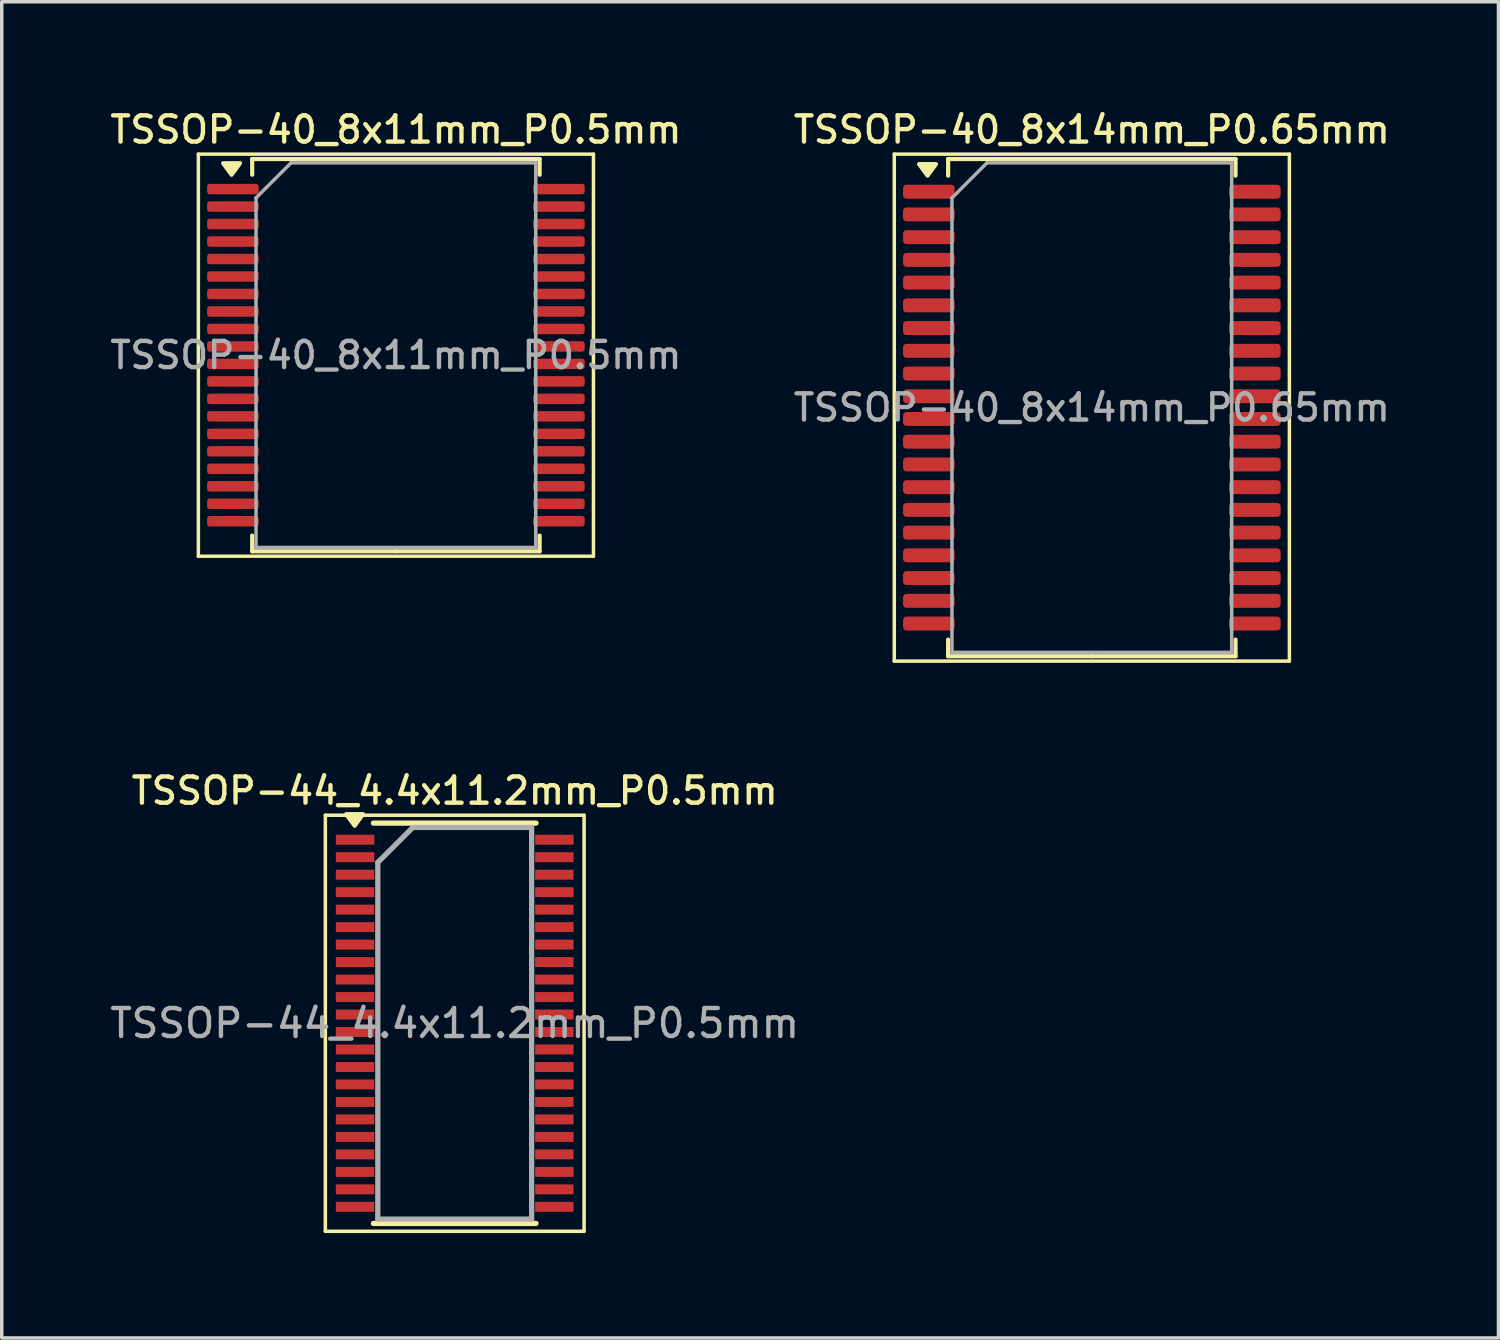
<source format=kicad_pcb>
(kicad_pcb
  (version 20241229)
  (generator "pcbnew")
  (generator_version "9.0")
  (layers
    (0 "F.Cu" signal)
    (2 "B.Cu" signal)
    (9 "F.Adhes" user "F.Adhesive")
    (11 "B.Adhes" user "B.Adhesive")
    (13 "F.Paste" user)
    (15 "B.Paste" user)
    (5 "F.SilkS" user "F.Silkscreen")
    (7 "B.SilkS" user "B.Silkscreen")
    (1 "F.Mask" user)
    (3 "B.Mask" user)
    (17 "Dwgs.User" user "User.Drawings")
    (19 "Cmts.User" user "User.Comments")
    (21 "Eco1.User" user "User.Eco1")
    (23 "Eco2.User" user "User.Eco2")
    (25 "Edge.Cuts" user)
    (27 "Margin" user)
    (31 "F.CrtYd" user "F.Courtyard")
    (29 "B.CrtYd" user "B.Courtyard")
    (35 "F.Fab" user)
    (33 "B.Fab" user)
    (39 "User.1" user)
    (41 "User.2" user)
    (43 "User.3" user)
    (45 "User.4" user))
  (footprint "TSSOP-40_8x14mm_P0.65mm"
    (layer "F.Cu")
    (at 28.177 8.608)
    (property "Reference" "TSSOP-40_8x14mm_P0.65mm" (at 0 -7.95 0) (layer "F.SilkS") (effects (font (size 0.75 0.75) (thickness 0.125))))
    (attr smd)
    (fp_line (start -5.65 -7.25) (end -5.65 7.25) (stroke (width 0.1) (type solid)) (layer "F.SilkS"))
    (fp_line (start -5.65 7.25) (end 5.65 7.25) (stroke (width 0.1) (type solid)) (layer "F.SilkS"))
    (fp_line (start -4.11 -7.11) (end -4.11 -6.635) (stroke (width 0.12) (type solid)) (layer "F.SilkS"))
    (fp_line (start -4.11 7.11) (end -4.11 6.635) (stroke (width 0.12) (type solid)) (layer "F.SilkS"))
    (fp_line (start 0 -7.11) (end -4.11 -7.11) (stroke (width 0.12) (type solid)) (layer "F.SilkS"))
    (fp_line (start 0 -7.11) (end 4.11 -7.11) (stroke (width 0.12) (type solid)) (layer "F.SilkS"))
    (fp_line (start 0 7.11) (end -4.11 7.11) (stroke (width 0.12) (type solid)) (layer "F.SilkS"))
    (fp_line (start 0 7.11) (end 4.11 7.11) (stroke (width 0.12) (type solid)) (layer "F.SilkS"))
    (fp_line (start 4.11 -7.11) (end 4.11 -6.635) (stroke (width 0.12) (type solid)) (layer "F.SilkS"))
    (fp_line (start 4.11 7.11) (end 4.11 6.635) (stroke (width 0.12) (type solid)) (layer "F.SilkS"))
    (fp_line (start 5.65 -7.25) (end -5.65 -7.25) (stroke (width 0.1) (type solid)) (layer "F.SilkS"))
    (fp_line (start 5.65 7.25) (end 5.65 -7.25) (stroke (width 0.1) (type solid)) (layer "F.SilkS"))
    (fp_poly (pts (xy -4.7 -6.635) (xy -4.94 -6.965) (xy -4.46 -6.965) (xy -4.7 -6.635)) (stroke (width 0.12) (type solid)) (fill yes) (layer "F.SilkS"))
    (fp_line (start -4 -6) (end -3 -7) (stroke (width 0.1) (type solid)) (layer "F.Fab"))
    (fp_line (start -4 7) (end -4 -6) (stroke (width 0.1) (type solid)) (layer "F.Fab"))
    (fp_line (start -3 -7) (end 4 -7) (stroke (width 0.1) (type solid)) (layer "F.Fab"))
    (fp_line (start 4 -7) (end 4 7) (stroke (width 0.1) (type solid)) (layer "F.Fab"))
    (fp_line (start 4 7) (end -4 7) (stroke (width 0.1) (type solid)) (layer "F.Fab"))
    (fp_text user "${REFERENCE}" (at 0 0 0) (layer "F.Fab") (effects (font (size 0.75 0.75) (thickness 0.125))))
    (pad "1" smd roundrect (at -4.662 -6.175) (size 1.475 0.4) (layers "F.Cu" "F.Mask" "F.Paste") (roundrect_rratio 0.25))
    (pad "2" smd roundrect (at -4.662 -5.525) (size 1.475 0.4) (layers "F.Cu" "F.Mask" "F.Paste") (roundrect_rratio 0.25))
    (pad "3" smd roundrect (at -4.662 -4.875) (size 1.475 0.4) (layers "F.Cu" "F.Mask" "F.Paste") (roundrect_rratio 0.25))
    (pad "4" smd roundrect (at -4.662 -4.225) (size 1.475 0.4) (layers "F.Cu" "F.Mask" "F.Paste") (roundrect_rratio 0.25))
    (pad "5" smd roundrect (at -4.662 -3.575) (size 1.475 0.4) (layers "F.Cu" "F.Mask" "F.Paste") (roundrect_rratio 0.25))
    (pad "6" smd roundrect (at -4.662 -2.925) (size 1.475 0.4) (layers "F.Cu" "F.Mask" "F.Paste") (roundrect_rratio 0.25))
    (pad "7" smd roundrect (at -4.662 -2.275) (size 1.475 0.4) (layers "F.Cu" "F.Mask" "F.Paste") (roundrect_rratio 0.25))
    (pad "8" smd roundrect (at -4.662 -1.625) (size 1.475 0.4) (layers "F.Cu" "F.Mask" "F.Paste") (roundrect_rratio 0.25))
    (pad "9" smd roundrect (at -4.662 -0.975) (size 1.475 0.4) (layers "F.Cu" "F.Mask" "F.Paste") (roundrect_rratio 0.25))
    (pad "10" smd roundrect (at -4.662 -0.325) (size 1.475 0.4) (layers "F.Cu" "F.Mask" "F.Paste") (roundrect_rratio 0.25))
    (pad "11" smd roundrect (at -4.662 0.325) (size 1.475 0.4) (layers "F.Cu" "F.Mask" "F.Paste") (roundrect_rratio 0.25))
    (pad "12" smd roundrect (at -4.662 0.975) (size 1.475 0.4) (layers "F.Cu" "F.Mask" "F.Paste") (roundrect_rratio 0.25))
    (pad "13" smd roundrect (at -4.662 1.625) (size 1.475 0.4) (layers "F.Cu" "F.Mask" "F.Paste") (roundrect_rratio 0.25))
    (pad "14" smd roundrect (at -4.662 2.275) (size 1.475 0.4) (layers "F.Cu" "F.Mask" "F.Paste") (roundrect_rratio 0.25))
    (pad "15" smd roundrect (at -4.662 2.925) (size 1.475 0.4) (layers "F.Cu" "F.Mask" "F.Paste") (roundrect_rratio 0.25))
    (pad "16" smd roundrect (at -4.662 3.575) (size 1.475 0.4) (layers "F.Cu" "F.Mask" "F.Paste") (roundrect_rratio 0.25))
    (pad "17" smd roundrect (at -4.662 4.225) (size 1.475 0.4) (layers "F.Cu" "F.Mask" "F.Paste") (roundrect_rratio 0.25))
    (pad "18" smd roundrect (at -4.662 4.875) (size 1.475 0.4) (layers "F.Cu" "F.Mask" "F.Paste") (roundrect_rratio 0.25))
    (pad "19" smd roundrect (at -4.662 5.525) (size 1.475 0.4) (layers "F.Cu" "F.Mask" "F.Paste") (roundrect_rratio 0.25))
    (pad "20" smd roundrect (at -4.662 6.175) (size 1.475 0.4) (layers "F.Cu" "F.Mask" "F.Paste") (roundrect_rratio 0.25))
    (pad "21" smd roundrect (at 4.662 6.175) (size 1.475 0.4) (layers "F.Cu" "F.Mask" "F.Paste") (roundrect_rratio 0.25))
    (pad "22" smd roundrect (at 4.662 5.525) (size 1.475 0.4) (layers "F.Cu" "F.Mask" "F.Paste") (roundrect_rratio 0.25))
    (pad "23" smd roundrect (at 4.662 4.875) (size 1.475 0.4) (layers "F.Cu" "F.Mask" "F.Paste") (roundrect_rratio 0.25))
    (pad "24" smd roundrect (at 4.662 4.225) (size 1.475 0.4) (layers "F.Cu" "F.Mask" "F.Paste") (roundrect_rratio 0.25))
    (pad "25" smd roundrect (at 4.662 3.575) (size 1.475 0.4) (layers "F.Cu" "F.Mask" "F.Paste") (roundrect_rratio 0.25))
    (pad "26" smd roundrect (at 4.662 2.925) (size 1.475 0.4) (layers "F.Cu" "F.Mask" "F.Paste") (roundrect_rratio 0.25))
    (pad "27" smd roundrect (at 4.662 2.275) (size 1.475 0.4) (layers "F.Cu" "F.Mask" "F.Paste") (roundrect_rratio 0.25))
    (pad "28" smd roundrect (at 4.662 1.625) (size 1.475 0.4) (layers "F.Cu" "F.Mask" "F.Paste") (roundrect_rratio 0.25))
    (pad "29" smd roundrect (at 4.662 0.975) (size 1.475 0.4) (layers "F.Cu" "F.Mask" "F.Paste") (roundrect_rratio 0.25))
    (pad "30" smd roundrect (at 4.662 0.325) (size 1.475 0.4) (layers "F.Cu" "F.Mask" "F.Paste") (roundrect_rratio 0.25))
    (pad "31" smd roundrect (at 4.662 -0.325) (size 1.475 0.4) (layers "F.Cu" "F.Mask" "F.Paste") (roundrect_rratio 0.25))
    (pad "32" smd roundrect (at 4.662 -0.975) (size 1.475 0.4) (layers "F.Cu" "F.Mask" "F.Paste") (roundrect_rratio 0.25))
    (pad "33" smd roundrect (at 4.662 -1.625) (size 1.475 0.4) (layers "F.Cu" "F.Mask" "F.Paste") (roundrect_rratio 0.25))
    (pad "34" smd roundrect (at 4.662 -2.275) (size 1.475 0.4) (layers "F.Cu" "F.Mask" "F.Paste") (roundrect_rratio 0.25))
    (pad "35" smd roundrect (at 4.662 -2.925) (size 1.475 0.4) (layers "F.Cu" "F.Mask" "F.Paste") (roundrect_rratio 0.25))
    (pad "36" smd roundrect (at 4.662 -3.575) (size 1.475 0.4) (layers "F.Cu" "F.Mask" "F.Paste") (roundrect_rratio 0.25))
    (pad "37" smd roundrect (at 4.662 -4.225) (size 1.475 0.4) (layers "F.Cu" "F.Mask" "F.Paste") (roundrect_rratio 0.25))
    (pad "38" smd roundrect (at 4.662 -4.875) (size 1.475 0.4) (layers "F.Cu" "F.Mask" "F.Paste") (roundrect_rratio 0.25))
    (pad "39" smd roundrect (at 4.662 -5.525) (size 1.475 0.4) (layers "F.Cu" "F.Mask" "F.Paste") (roundrect_rratio 0.25))
    (pad "40" smd roundrect (at 4.662 -6.175) (size 1.475 0.4) (layers "F.Cu" "F.Mask" "F.Paste") (roundrect_rratio 0.25)))
  (footprint "TSSOP-40_8x11mm_P0.5mm"
    (layer "F.Cu")
    (at 8.273 7.108)
    (property "Reference" "TSSOP-40_8x11mm_P0.5mm" (at 0 -6.45 0) (layer "F.SilkS") (effects (font (size 0.75 0.75) (thickness 0.125))))
    (attr smd)
    (fp_line (start -5.65 -5.75) (end -5.65 5.75) (stroke (width 0.1) (type solid)) (layer "F.SilkS"))
    (fp_line (start -5.65 5.75) (end 5.65 5.75) (stroke (width 0.1) (type solid)) (layer "F.SilkS"))
    (fp_line (start -4.11 -5.61) (end -4.11 -5.16) (stroke (width 0.12) (type solid)) (layer "F.SilkS"))
    (fp_line (start -4.11 5.61) (end -4.11 5.16) (stroke (width 0.12) (type solid)) (layer "F.SilkS"))
    (fp_line (start 0 -5.61) (end -4.11 -5.61) (stroke (width 0.12) (type solid)) (layer "F.SilkS"))
    (fp_line (start 0 -5.61) (end 4.11 -5.61) (stroke (width 0.12) (type solid)) (layer "F.SilkS"))
    (fp_line (start 0 5.61) (end -4.11 5.61) (stroke (width 0.12) (type solid)) (layer "F.SilkS"))
    (fp_line (start 0 5.61) (end 4.11 5.61) (stroke (width 0.12) (type solid)) (layer "F.SilkS"))
    (fp_line (start 4.11 -5.61) (end 4.11 -5.16) (stroke (width 0.12) (type solid)) (layer "F.SilkS"))
    (fp_line (start 4.11 5.61) (end 4.11 5.16) (stroke (width 0.12) (type solid)) (layer "F.SilkS"))
    (fp_line (start 5.65 -5.75) (end -5.65 -5.75) (stroke (width 0.1) (type solid)) (layer "F.SilkS"))
    (fp_line (start 5.65 5.75) (end 5.65 -5.75) (stroke (width 0.1) (type solid)) (layer "F.SilkS"))
    (fp_poly (pts (xy -4.7 -5.16) (xy -4.94 -5.49) (xy -4.46 -5.49) (xy -4.7 -5.16)) (stroke (width 0.12) (type solid)) (fill yes) (layer "F.SilkS"))
    (fp_line (start -4 -4.5) (end -3 -5.5) (stroke (width 0.1) (type solid)) (layer "F.Fab"))
    (fp_line (start -4 5.5) (end -4 -4.5) (stroke (width 0.1) (type solid)) (layer "F.Fab"))
    (fp_line (start -3 -5.5) (end 4 -5.5) (stroke (width 0.1) (type solid)) (layer "F.Fab"))
    (fp_line (start 4 -5.5) (end 4 5.5) (stroke (width 0.1) (type solid)) (layer "F.Fab"))
    (fp_line (start 4 5.5) (end -4 5.5) (stroke (width 0.1) (type solid)) (layer "F.Fab"))
    (fp_text user "${REFERENCE}" (at 0 0 0) (layer "F.Fab") (effects (font (size 0.75 0.75) (thickness 0.125))))
    (pad "1" smd roundrect (at -4.662 -4.75) (size 1.475 0.3) (layers "F.Cu" "F.Mask" "F.Paste") (roundrect_rratio 0.25))
    (pad "2" smd roundrect (at -4.662 -4.25) (size 1.475 0.3) (layers "F.Cu" "F.Mask" "F.Paste") (roundrect_rratio 0.25))
    (pad "3" smd roundrect (at -4.662 -3.75) (size 1.475 0.3) (layers "F.Cu" "F.Mask" "F.Paste") (roundrect_rratio 0.25))
    (pad "4" smd roundrect (at -4.662 -3.25) (size 1.475 0.3) (layers "F.Cu" "F.Mask" "F.Paste") (roundrect_rratio 0.25))
    (pad "5" smd roundrect (at -4.662 -2.75) (size 1.475 0.3) (layers "F.Cu" "F.Mask" "F.Paste") (roundrect_rratio 0.25))
    (pad "6" smd roundrect (at -4.662 -2.25) (size 1.475 0.3) (layers "F.Cu" "F.Mask" "F.Paste") (roundrect_rratio 0.25))
    (pad "7" smd roundrect (at -4.662 -1.75) (size 1.475 0.3) (layers "F.Cu" "F.Mask" "F.Paste") (roundrect_rratio 0.25))
    (pad "8" smd roundrect (at -4.662 -1.25) (size 1.475 0.3) (layers "F.Cu" "F.Mask" "F.Paste") (roundrect_rratio 0.25))
    (pad "9" smd roundrect (at -4.662 -0.75) (size 1.475 0.3) (layers "F.Cu" "F.Mask" "F.Paste") (roundrect_rratio 0.25))
    (pad "10" smd roundrect (at -4.662 -0.25) (size 1.475 0.3) (layers "F.Cu" "F.Mask" "F.Paste") (roundrect_rratio 0.25))
    (pad "11" smd roundrect (at -4.662 0.25) (size 1.475 0.3) (layers "F.Cu" "F.Mask" "F.Paste") (roundrect_rratio 0.25))
    (pad "12" smd roundrect (at -4.662 0.75) (size 1.475 0.3) (layers "F.Cu" "F.Mask" "F.Paste") (roundrect_rratio 0.25))
    (pad "13" smd roundrect (at -4.662 1.25) (size 1.475 0.3) (layers "F.Cu" "F.Mask" "F.Paste") (roundrect_rratio 0.25))
    (pad "14" smd roundrect (at -4.662 1.75) (size 1.475 0.3) (layers "F.Cu" "F.Mask" "F.Paste") (roundrect_rratio 0.25))
    (pad "15" smd roundrect (at -4.662 2.25) (size 1.475 0.3) (layers "F.Cu" "F.Mask" "F.Paste") (roundrect_rratio 0.25))
    (pad "16" smd roundrect (at -4.662 2.75) (size 1.475 0.3) (layers "F.Cu" "F.Mask" "F.Paste") (roundrect_rratio 0.25))
    (pad "17" smd roundrect (at -4.662 3.25) (size 1.475 0.3) (layers "F.Cu" "F.Mask" "F.Paste") (roundrect_rratio 0.25))
    (pad "18" smd roundrect (at -4.662 3.75) (size 1.475 0.3) (layers "F.Cu" "F.Mask" "F.Paste") (roundrect_rratio 0.25))
    (pad "19" smd roundrect (at -4.662 4.25) (size 1.475 0.3) (layers "F.Cu" "F.Mask" "F.Paste") (roundrect_rratio 0.25))
    (pad "20" smd roundrect (at -4.662 4.75) (size 1.475 0.3) (layers "F.Cu" "F.Mask" "F.Paste") (roundrect_rratio 0.25))
    (pad "21" smd roundrect (at 4.662 4.75) (size 1.475 0.3) (layers "F.Cu" "F.Mask" "F.Paste") (roundrect_rratio 0.25))
    (pad "22" smd roundrect (at 4.662 4.25) (size 1.475 0.3) (layers "F.Cu" "F.Mask" "F.Paste") (roundrect_rratio 0.25))
    (pad "23" smd roundrect (at 4.662 3.75) (size 1.475 0.3) (layers "F.Cu" "F.Mask" "F.Paste") (roundrect_rratio 0.25))
    (pad "24" smd roundrect (at 4.662 3.25) (size 1.475 0.3) (layers "F.Cu" "F.Mask" "F.Paste") (roundrect_rratio 0.25))
    (pad "25" smd roundrect (at 4.662 2.75) (size 1.475 0.3) (layers "F.Cu" "F.Mask" "F.Paste") (roundrect_rratio 0.25))
    (pad "26" smd roundrect (at 4.662 2.25) (size 1.475 0.3) (layers "F.Cu" "F.Mask" "F.Paste") (roundrect_rratio 0.25))
    (pad "27" smd roundrect (at 4.662 1.75) (size 1.475 0.3) (layers "F.Cu" "F.Mask" "F.Paste") (roundrect_rratio 0.25))
    (pad "28" smd roundrect (at 4.662 1.25) (size 1.475 0.3) (layers "F.Cu" "F.Mask" "F.Paste") (roundrect_rratio 0.25))
    (pad "29" smd roundrect (at 4.662 0.75) (size 1.475 0.3) (layers "F.Cu" "F.Mask" "F.Paste") (roundrect_rratio 0.25))
    (pad "30" smd roundrect (at 4.662 0.25) (size 1.475 0.3) (layers "F.Cu" "F.Mask" "F.Paste") (roundrect_rratio 0.25))
    (pad "31" smd roundrect (at 4.662 -0.25) (size 1.475 0.3) (layers "F.Cu" "F.Mask" "F.Paste") (roundrect_rratio 0.25))
    (pad "32" smd roundrect (at 4.662 -0.75) (size 1.475 0.3) (layers "F.Cu" "F.Mask" "F.Paste") (roundrect_rratio 0.25))
    (pad "33" smd roundrect (at 4.662 -1.25) (size 1.475 0.3) (layers "F.Cu" "F.Mask" "F.Paste") (roundrect_rratio 0.25))
    (pad "34" smd roundrect (at 4.662 -1.75) (size 1.475 0.3) (layers "F.Cu" "F.Mask" "F.Paste") (roundrect_rratio 0.25))
    (pad "35" smd roundrect (at 4.662 -2.25) (size 1.475 0.3) (layers "F.Cu" "F.Mask" "F.Paste") (roundrect_rratio 0.25))
    (pad "36" smd roundrect (at 4.662 -2.75) (size 1.475 0.3) (layers "F.Cu" "F.Mask" "F.Paste") (roundrect_rratio 0.25))
    (pad "37" smd roundrect (at 4.662 -3.25) (size 1.475 0.3) (layers "F.Cu" "F.Mask" "F.Paste") (roundrect_rratio 0.25))
    (pad "38" smd roundrect (at 4.662 -3.75) (size 1.475 0.3) (layers "F.Cu" "F.Mask" "F.Paste") (roundrect_rratio 0.25))
    (pad "39" smd roundrect (at 4.662 -4.25) (size 1.475 0.3) (layers "F.Cu" "F.Mask" "F.Paste") (roundrect_rratio 0.25))
    (pad "40" smd roundrect (at 4.662 -4.75) (size 1.475 0.3) (layers "F.Cu" "F.Mask" "F.Paste") (roundrect_rratio 0.25)))
  (footprint "TSSOP-44_4.4x11.2mm_P0.5mm"
    (layer "F.Cu")
    (at 9.955 26.216)
    (property "Reference" "TSSOP-44_4.4x11.2mm_P0.5mm" (at 0 -6.65 0) (layer "F.SilkS") (effects (font (size 0.75 0.75) (thickness 0.125))))
    (attr smd)
    (fp_line (start -3.7 -5.95) (end -3.7 5.95) (stroke (width 0.1) (type solid)) (layer "F.SilkS"))
    (fp_line (start -3.7 -5.95) (end 3.7 -5.95) (stroke (width 0.1) (type solid)) (layer "F.SilkS"))
    (fp_line (start -3.7 5.95) (end 3.7 5.95) (stroke (width 0.1) (type solid)) (layer "F.SilkS"))
    (fp_line (start -2.325 -5.725) (end 2.325 -5.725) (stroke (width 0.15) (type solid)) (layer "F.SilkS"))
    (fp_line (start -2.325 5.725) (end 2.325 5.725) (stroke (width 0.15) (type solid)) (layer "F.SilkS"))
    (fp_line (start 3.7 -5.95) (end 3.7 5.95) (stroke (width 0.1) (type solid)) (layer "F.SilkS"))
    (fp_poly (pts (xy -2.862 -5.65) (xy -2.623 -5.98) (xy -3.103 -5.98) (xy -2.862 -5.65)) (stroke (width 0.12) (type solid)) (fill yes) (layer "F.SilkS"))
    (fp_line (start -2.2 -4.6) (end -1.2 -5.6) (stroke (width 0.15) (type solid)) (layer "F.Fab"))
    (fp_line (start -2.2 5.6) (end -2.2 -4.6) (stroke (width 0.15) (type solid)) (layer "F.Fab"))
    (fp_line (start -1.2 -5.6) (end 2.2 -5.6) (stroke (width 0.15) (type solid)) (layer "F.Fab"))
    (fp_line (start 2.2 -5.6) (end 2.2 5.6) (stroke (width 0.15) (type solid)) (layer "F.Fab"))
    (fp_line (start 2.2 5.6) (end -2.2 5.6) (stroke (width 0.15) (type solid)) (layer "F.Fab"))
    (fp_text user "${REFERENCE}" (at 0 0 0) (layer "F.Fab") (effects (font (size 0.8 0.8) (thickness 0.125))))
    (pad "1" smd rect (at -2.85 -5.25) (size 1.1 0.285) (layers "F.Cu" "F.Mask" "F.Paste"))
    (pad "2" smd rect (at -2.85 -4.75) (size 1.1 0.285) (layers "F.Cu" "F.Mask" "F.Paste"))
    (pad "3" smd rect (at -2.85 -4.25) (size 1.1 0.285) (layers "F.Cu" "F.Mask" "F.Paste"))
    (pad "4" smd rect (at -2.85 -3.75) (size 1.1 0.285) (layers "F.Cu" "F.Mask" "F.Paste"))
    (pad "5" smd rect (at -2.85 -3.25) (size 1.1 0.285) (layers "F.Cu" "F.Mask" "F.Paste"))
    (pad "6" smd rect (at -2.85 -2.75) (size 1.1 0.285) (layers "F.Cu" "F.Mask" "F.Paste"))
    (pad "7" smd rect (at -2.85 -2.25) (size 1.1 0.285) (layers "F.Cu" "F.Mask" "F.Paste"))
    (pad "8" smd rect (at -2.85 -1.75) (size 1.1 0.285) (layers "F.Cu" "F.Mask" "F.Paste"))
    (pad "9" smd rect (at -2.85 -1.25) (size 1.1 0.285) (layers "F.Cu" "F.Mask" "F.Paste"))
    (pad "10" smd rect (at -2.85 -0.75) (size 1.1 0.285) (layers "F.Cu" "F.Mask" "F.Paste"))
    (pad "11" smd rect (at -2.85 -0.25) (size 1.1 0.285) (layers "F.Cu" "F.Mask" "F.Paste"))
    (pad "12" smd rect (at -2.85 0.25) (size 1.1 0.285) (layers "F.Cu" "F.Mask" "F.Paste"))
    (pad "13" smd rect (at -2.85 0.75) (size 1.1 0.285) (layers "F.Cu" "F.Mask" "F.Paste"))
    (pad "14" smd rect (at -2.85 1.25) (size 1.1 0.285) (layers "F.Cu" "F.Mask" "F.Paste"))
    (pad "15" smd rect (at -2.85 1.75) (size 1.1 0.285) (layers "F.Cu" "F.Mask" "F.Paste"))
    (pad "16" smd rect (at -2.85 2.25) (size 1.1 0.285) (layers "F.Cu" "F.Mask" "F.Paste"))
    (pad "17" smd rect (at -2.85 2.75) (size 1.1 0.285) (layers "F.Cu" "F.Mask" "F.Paste"))
    (pad "18" smd rect (at -2.85 3.25) (size 1.1 0.285) (layers "F.Cu" "F.Mask" "F.Paste"))
    (pad "19" smd rect (at -2.85 3.75) (size 1.1 0.285) (layers "F.Cu" "F.Mask" "F.Paste"))
    (pad "20" smd rect (at -2.85 4.25) (size 1.1 0.285) (layers "F.Cu" "F.Mask" "F.Paste"))
    (pad "21" smd rect (at -2.85 4.75) (size 1.1 0.285) (layers "F.Cu" "F.Mask" "F.Paste"))
    (pad "22" smd rect (at -2.85 5.25) (size 1.1 0.285) (layers "F.Cu" "F.Mask" "F.Paste"))
    (pad "23" smd rect (at 2.85 5.25) (size 1.1 0.285) (layers "F.Cu" "F.Mask" "F.Paste"))
    (pad "24" smd rect (at 2.85 4.75) (size 1.1 0.285) (layers "F.Cu" "F.Mask" "F.Paste"))
    (pad "25" smd rect (at 2.85 4.25) (size 1.1 0.285) (layers "F.Cu" "F.Mask" "F.Paste"))
    (pad "26" smd rect (at 2.85 3.75) (size 1.1 0.285) (layers "F.Cu" "F.Mask" "F.Paste"))
    (pad "27" smd rect (at 2.85 3.25) (size 1.1 0.285) (layers "F.Cu" "F.Mask" "F.Paste"))
    (pad "28" smd rect (at 2.85 2.75) (size 1.1 0.285) (layers "F.Cu" "F.Mask" "F.Paste"))
    (pad "29" smd rect (at 2.85 2.25) (size 1.1 0.285) (layers "F.Cu" "F.Mask" "F.Paste"))
    (pad "30" smd rect (at 2.85 1.75) (size 1.1 0.285) (layers "F.Cu" "F.Mask" "F.Paste"))
    (pad "31" smd rect (at 2.85 1.25) (size 1.1 0.285) (layers "F.Cu" "F.Mask" "F.Paste"))
    (pad "32" smd rect (at 2.85 0.75) (size 1.1 0.285) (layers "F.Cu" "F.Mask" "F.Paste"))
    (pad "33" smd rect (at 2.85 0.25) (size 1.1 0.285) (layers "F.Cu" "F.Mask" "F.Paste"))
    (pad "34" smd rect (at 2.85 -0.25) (size 1.1 0.285) (layers "F.Cu" "F.Mask" "F.Paste"))
    (pad "35" smd rect (at 2.85 -0.75) (size 1.1 0.285) (layers "F.Cu" "F.Mask" "F.Paste"))
    (pad "36" smd rect (at 2.85 -1.25) (size 1.1 0.285) (layers "F.Cu" "F.Mask" "F.Paste"))
    (pad "37" smd rect (at 2.85 -1.75) (size 1.1 0.285) (layers "F.Cu" "F.Mask" "F.Paste"))
    (pad "38" smd rect (at 2.85 -2.25) (size 1.1 0.285) (layers "F.Cu" "F.Mask" "F.Paste"))
    (pad "39" smd rect (at 2.85 -2.75) (size 1.1 0.285) (layers "F.Cu" "F.Mask" "F.Paste"))
    (pad "40" smd rect (at 2.85 -3.25) (size 1.1 0.285) (layers "F.Cu" "F.Mask" "F.Paste"))
    (pad "41" smd rect (at 2.85 -3.75) (size 1.1 0.285) (layers "F.Cu" "F.Mask" "F.Paste"))
    (pad "42" smd rect (at 2.85 -4.25) (size 1.1 0.285) (layers "F.Cu" "F.Mask" "F.Paste"))
    (pad "43" smd rect (at 2.85 -4.75) (size 1.1 0.285) (layers "F.Cu" "F.Mask" "F.Paste"))
    (pad "44" smd rect (at 2.85 -5.25) (size 1.1 0.285) (layers "F.Cu" "F.Mask" "F.Paste")))
  (gr_rect
    (start -3 -3)
    (end 39.807 35.216)
    (stroke (width 0.1) (type default))
    (fill no)
    (layer "Edge.Cuts")))
</source>
